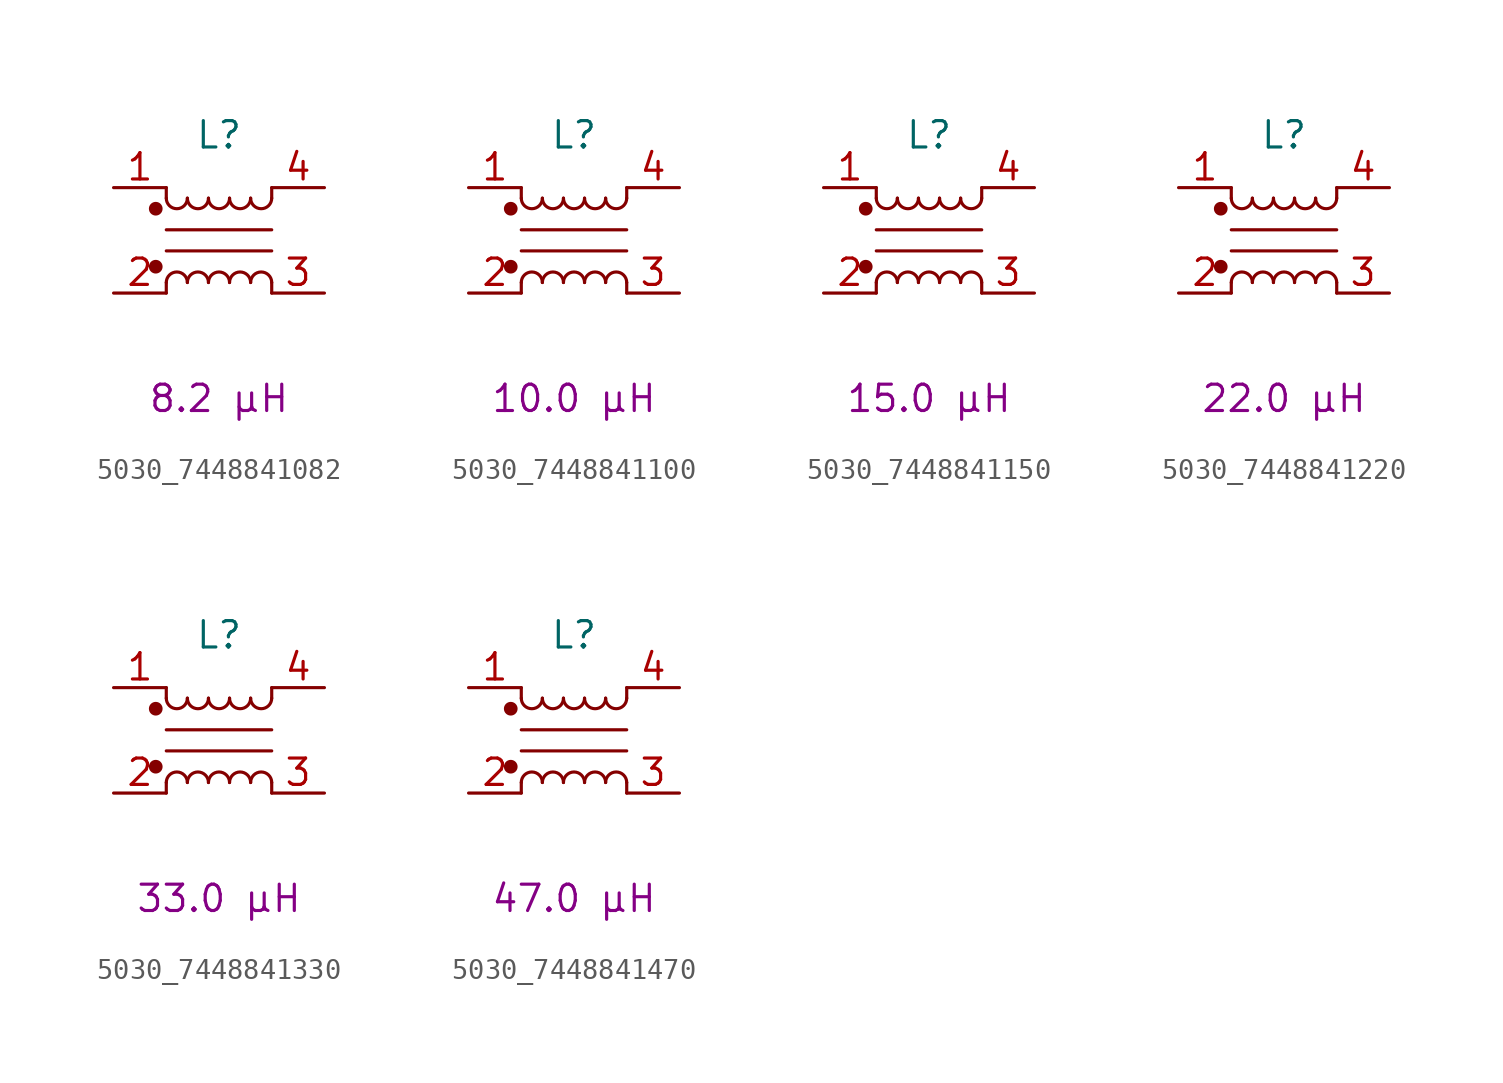
<source format=kicad_sym>
(kicad_symbol_lib
  (version 20220914)
  (generator kicad_symbol_editor)
  (symbol "5030_7448841082"
    (pin_names hide)
    (property "Reference" "L"
      (at 0 5.08 0)
      (effects (font (size 1.27 1.27))))
    (property "Critical Parameter" "8.2 µH"
      (at 0 -7.62 0)
      (effects (font (size 1.27 1.27))))
    (symbol "5030_7448841082_0_1"
      (circle (center -3.048 -1.27) (radius 0.254) (stroke (width 0) (type default)) (fill (type outline)))
      (circle (center -3.048 1.524) (radius 0.254) (stroke (width 0) (type default)) (fill (type outline)))
      (arc (start -2.54 2.032) (mid -2.032 1.5262) (end -1.524 2.032) (stroke (width 0) (type default)) (fill (type none)))
      (arc (start -1.524 -2.032) (mid -2.032 -1.5262) (end -2.54 -2.032) (stroke (width 0) (type default)) (fill (type none)))
      (arc (start -1.524 2.032) (mid -1.016 1.5262) (end -0.508 2.032) (stroke (width 0) (type default)) (fill (type none)))
      (arc (start -0.508 -2.032) (mid -1.016 -1.5262) (end -1.524 -2.032) (stroke (width 0) (type default)) (fill (type none)))
      (arc (start -0.508 2.032) (mid 0 1.5262) (end 0.508 2.032) (stroke (width 0) (type default)) (fill (type none)))
      (polyline (pts (xy -2.54 -2.032) (xy -2.54 -2.54)) (stroke (width 0) (type default)) (fill (type none)))
      (polyline (pts (xy -2.54 0.508) (xy 2.54 0.508)) (stroke (width 0) (type default)) (fill (type none)))
      (polyline (pts (xy -2.54 2.032) (xy -2.54 2.54)) (stroke (width 0) (type default)) (fill (type none)))
      (polyline (pts (xy 2.54 -2.032) (xy 2.54 -2.54)) (stroke (width 0) (type default)) (fill (type none)))
      (polyline (pts (xy 2.54 -0.508) (xy -2.54 -0.508)) (stroke (width 0) (type default)) (fill (type none)))
      (polyline (pts (xy 2.54 2.54) (xy 2.54 2.032)) (stroke (width 0) (type default)) (fill (type none)))
      (arc (start 0.508 -2.032) (mid 0 -1.5262) (end -0.508 -2.032) (stroke (width 0) (type default)) (fill (type none)))
      (arc (start 0.508 2.032) (mid 1.016 1.5262) (end 1.524 2.032) (stroke (width 0) (type default)) (fill (type none)))
      (arc (start 1.524 -2.032) (mid 1.016 -1.5262) (end 0.508 -2.032) (stroke (width 0) (type default)) (fill (type none)))
      (arc (start 1.524 2.032) (mid 2.032 1.5262) (end 2.54 2.032) (stroke (width 0) (type default)) (fill (type none)))
      (arc (start 2.54 -2.032) (mid 2.032 -1.5262) (end 1.524 -2.032) (stroke (width 0) (type default)) (fill (type none))))
    (symbol "5030_7448841082_1_1"
      (pin passive line (at -5.08 2.54 0) (length 2.54) (name "1" (effects (font (size 1.27 1.27)))) (number "1" (effects (font (size 1.27 1.27)))))
      (pin passive line (at -5.08 -2.54 0) (length 2.54) (name "2" (effects (font (size 1.27 1.27)))) (number "2" (effects (font (size 1.27 1.27)))))
      (pin passive line (at 5.08 -2.54 180) (length 2.54) (name "3" (effects (font (size 1.27 1.27)))) (number "3" (effects (font (size 1.27 1.27)))))
      (pin passive line (at 5.08 2.54 180) (length 2.54) (name "4" (effects (font (size 1.27 1.27)))) (number "4" (effects (font (size 1.27 1.27)))))))
  (symbol "5030_7448841100"
    (pin_names hide)
    (property "Reference" "L"
      (at 0 5.08 0)
      (effects (font (size 1.27 1.27))))
    (property "Critical Parameter" "10.0 µH"
      (at 0 -7.62 0)
      (effects (font (size 1.27 1.27))))
    (symbol "5030_7448841100_0_1"
      (circle (center -3.048 -1.27) (radius 0.254) (stroke (width 0) (type default)) (fill (type outline)))
      (circle (center -3.048 1.524) (radius 0.254) (stroke (width 0) (type default)) (fill (type outline)))
      (arc (start -2.54 2.032) (mid -2.032 1.5262) (end -1.524 2.032) (stroke (width 0) (type default)) (fill (type none)))
      (arc (start -1.524 -2.032) (mid -2.032 -1.5262) (end -2.54 -2.032) (stroke (width 0) (type default)) (fill (type none)))
      (arc (start -1.524 2.032) (mid -1.016 1.5262) (end -0.508 2.032) (stroke (width 0) (type default)) (fill (type none)))
      (arc (start -0.508 -2.032) (mid -1.016 -1.5262) (end -1.524 -2.032) (stroke (width 0) (type default)) (fill (type none)))
      (arc (start -0.508 2.032) (mid 0 1.5262) (end 0.508 2.032) (stroke (width 0) (type default)) (fill (type none)))
      (polyline (pts (xy -2.54 -2.032) (xy -2.54 -2.54)) (stroke (width 0) (type default)) (fill (type none)))
      (polyline (pts (xy -2.54 0.508) (xy 2.54 0.508)) (stroke (width 0) (type default)) (fill (type none)))
      (polyline (pts (xy -2.54 2.032) (xy -2.54 2.54)) (stroke (width 0) (type default)) (fill (type none)))
      (polyline (pts (xy 2.54 -2.032) (xy 2.54 -2.54)) (stroke (width 0) (type default)) (fill (type none)))
      (polyline (pts (xy 2.54 -0.508) (xy -2.54 -0.508)) (stroke (width 0) (type default)) (fill (type none)))
      (polyline (pts (xy 2.54 2.54) (xy 2.54 2.032)) (stroke (width 0) (type default)) (fill (type none)))
      (arc (start 0.508 -2.032) (mid 0 -1.5262) (end -0.508 -2.032) (stroke (width 0) (type default)) (fill (type none)))
      (arc (start 0.508 2.032) (mid 1.016 1.5262) (end 1.524 2.032) (stroke (width 0) (type default)) (fill (type none)))
      (arc (start 1.524 -2.032) (mid 1.016 -1.5262) (end 0.508 -2.032) (stroke (width 0) (type default)) (fill (type none)))
      (arc (start 1.524 2.032) (mid 2.032 1.5262) (end 2.54 2.032) (stroke (width 0) (type default)) (fill (type none)))
      (arc (start 2.54 -2.032) (mid 2.032 -1.5262) (end 1.524 -2.032) (stroke (width 0) (type default)) (fill (type none))))
    (symbol "5030_7448841100_1_1"
      (pin passive line (at -5.08 2.54 0) (length 2.54) (name "1" (effects (font (size 1.27 1.27)))) (number "1" (effects (font (size 1.27 1.27)))))
      (pin passive line (at -5.08 -2.54 0) (length 2.54) (name "2" (effects (font (size 1.27 1.27)))) (number "2" (effects (font (size 1.27 1.27)))))
      (pin passive line (at 5.08 -2.54 180) (length 2.54) (name "3" (effects (font (size 1.27 1.27)))) (number "3" (effects (font (size 1.27 1.27)))))
      (pin passive line (at 5.08 2.54 180) (length 2.54) (name "4" (effects (font (size 1.27 1.27)))) (number "4" (effects (font (size 1.27 1.27)))))))
  (symbol "5030_7448841150"
    (pin_names hide)
    (property "Reference" "L"
      (at 0 5.08 0)
      (effects (font (size 1.27 1.27))))
    (property "Critical Parameter" "15.0 µH"
      (at 0 -7.62 0)
      (effects (font (size 1.27 1.27))))
    (symbol "5030_7448841150_0_1"
      (circle (center -3.048 -1.27) (radius 0.254) (stroke (width 0) (type default)) (fill (type outline)))
      (circle (center -3.048 1.524) (radius 0.254) (stroke (width 0) (type default)) (fill (type outline)))
      (arc (start -2.54 2.032) (mid -2.032 1.5262) (end -1.524 2.032) (stroke (width 0) (type default)) (fill (type none)))
      (arc (start -1.524 -2.032) (mid -2.032 -1.5262) (end -2.54 -2.032) (stroke (width 0) (type default)) (fill (type none)))
      (arc (start -1.524 2.032) (mid -1.016 1.5262) (end -0.508 2.032) (stroke (width 0) (type default)) (fill (type none)))
      (arc (start -0.508 -2.032) (mid -1.016 -1.5262) (end -1.524 -2.032) (stroke (width 0) (type default)) (fill (type none)))
      (arc (start -0.508 2.032) (mid 0 1.5262) (end 0.508 2.032) (stroke (width 0) (type default)) (fill (type none)))
      (polyline (pts (xy -2.54 -2.032) (xy -2.54 -2.54)) (stroke (width 0) (type default)) (fill (type none)))
      (polyline (pts (xy -2.54 0.508) (xy 2.54 0.508)) (stroke (width 0) (type default)) (fill (type none)))
      (polyline (pts (xy -2.54 2.032) (xy -2.54 2.54)) (stroke (width 0) (type default)) (fill (type none)))
      (polyline (pts (xy 2.54 -2.032) (xy 2.54 -2.54)) (stroke (width 0) (type default)) (fill (type none)))
      (polyline (pts (xy 2.54 -0.508) (xy -2.54 -0.508)) (stroke (width 0) (type default)) (fill (type none)))
      (polyline (pts (xy 2.54 2.54) (xy 2.54 2.032)) (stroke (width 0) (type default)) (fill (type none)))
      (arc (start 0.508 -2.032) (mid 0 -1.5262) (end -0.508 -2.032) (stroke (width 0) (type default)) (fill (type none)))
      (arc (start 0.508 2.032) (mid 1.016 1.5262) (end 1.524 2.032) (stroke (width 0) (type default)) (fill (type none)))
      (arc (start 1.524 -2.032) (mid 1.016 -1.5262) (end 0.508 -2.032) (stroke (width 0) (type default)) (fill (type none)))
      (arc (start 1.524 2.032) (mid 2.032 1.5262) (end 2.54 2.032) (stroke (width 0) (type default)) (fill (type none)))
      (arc (start 2.54 -2.032) (mid 2.032 -1.5262) (end 1.524 -2.032) (stroke (width 0) (type default)) (fill (type none))))
    (symbol "5030_7448841150_1_1"
      (pin passive line (at -5.08 2.54 0) (length 2.54) (name "1" (effects (font (size 1.27 1.27)))) (number "1" (effects (font (size 1.27 1.27)))))
      (pin passive line (at -5.08 -2.54 0) (length 2.54) (name "2" (effects (font (size 1.27 1.27)))) (number "2" (effects (font (size 1.27 1.27)))))
      (pin passive line (at 5.08 -2.54 180) (length 2.54) (name "3" (effects (font (size 1.27 1.27)))) (number "3" (effects (font (size 1.27 1.27)))))
      (pin passive line (at 5.08 2.54 180) (length 2.54) (name "4" (effects (font (size 1.27 1.27)))) (number "4" (effects (font (size 1.27 1.27)))))))
  (symbol "5030_7448841220"
    (pin_names hide)
    (property "Reference" "L"
      (at 0 5.08 0)
      (effects (font (size 1.27 1.27))))
    (property "Critical Parameter" "22.0 µH"
      (at 0 -7.62 0)
      (effects (font (size 1.27 1.27))))
    (symbol "5030_7448841220_0_1"
      (circle (center -3.048 -1.27) (radius 0.254) (stroke (width 0) (type default)) (fill (type outline)))
      (circle (center -3.048 1.524) (radius 0.254) (stroke (width 0) (type default)) (fill (type outline)))
      (arc (start -2.54 2.032) (mid -2.032 1.5262) (end -1.524 2.032) (stroke (width 0) (type default)) (fill (type none)))
      (arc (start -1.524 -2.032) (mid -2.032 -1.5262) (end -2.54 -2.032) (stroke (width 0) (type default)) (fill (type none)))
      (arc (start -1.524 2.032) (mid -1.016 1.5262) (end -0.508 2.032) (stroke (width 0) (type default)) (fill (type none)))
      (arc (start -0.508 -2.032) (mid -1.016 -1.5262) (end -1.524 -2.032) (stroke (width 0) (type default)) (fill (type none)))
      (arc (start -0.508 2.032) (mid 0 1.5262) (end 0.508 2.032) (stroke (width 0) (type default)) (fill (type none)))
      (polyline (pts (xy -2.54 -2.032) (xy -2.54 -2.54)) (stroke (width 0) (type default)) (fill (type none)))
      (polyline (pts (xy -2.54 0.508) (xy 2.54 0.508)) (stroke (width 0) (type default)) (fill (type none)))
      (polyline (pts (xy -2.54 2.032) (xy -2.54 2.54)) (stroke (width 0) (type default)) (fill (type none)))
      (polyline (pts (xy 2.54 -2.032) (xy 2.54 -2.54)) (stroke (width 0) (type default)) (fill (type none)))
      (polyline (pts (xy 2.54 -0.508) (xy -2.54 -0.508)) (stroke (width 0) (type default)) (fill (type none)))
      (polyline (pts (xy 2.54 2.54) (xy 2.54 2.032)) (stroke (width 0) (type default)) (fill (type none)))
      (arc (start 0.508 -2.032) (mid 0 -1.5262) (end -0.508 -2.032) (stroke (width 0) (type default)) (fill (type none)))
      (arc (start 0.508 2.032) (mid 1.016 1.5262) (end 1.524 2.032) (stroke (width 0) (type default)) (fill (type none)))
      (arc (start 1.524 -2.032) (mid 1.016 -1.5262) (end 0.508 -2.032) (stroke (width 0) (type default)) (fill (type none)))
      (arc (start 1.524 2.032) (mid 2.032 1.5262) (end 2.54 2.032) (stroke (width 0) (type default)) (fill (type none)))
      (arc (start 2.54 -2.032) (mid 2.032 -1.5262) (end 1.524 -2.032) (stroke (width 0) (type default)) (fill (type none))))
    (symbol "5030_7448841220_1_1"
      (pin passive line (at -5.08 2.54 0) (length 2.54) (name "1" (effects (font (size 1.27 1.27)))) (number "1" (effects (font (size 1.27 1.27)))))
      (pin passive line (at -5.08 -2.54 0) (length 2.54) (name "2" (effects (font (size 1.27 1.27)))) (number "2" (effects (font (size 1.27 1.27)))))
      (pin passive line (at 5.08 -2.54 180) (length 2.54) (name "3" (effects (font (size 1.27 1.27)))) (number "3" (effects (font (size 1.27 1.27)))))
      (pin passive line (at 5.08 2.54 180) (length 2.54) (name "4" (effects (font (size 1.27 1.27)))) (number "4" (effects (font (size 1.27 1.27)))))))
  (symbol "5030_7448841330"
    (pin_names hide)
    (property "Reference" "L"
      (at 0 5.08 0)
      (effects (font (size 1.27 1.27))))
    (property "Critical Parameter" "33.0 µH"
      (at 0 -7.62 0)
      (effects (font (size 1.27 1.27))))
    (symbol "5030_7448841330_0_1"
      (circle (center -3.048 -1.27) (radius 0.254) (stroke (width 0) (type default)) (fill (type outline)))
      (circle (center -3.048 1.524) (radius 0.254) (stroke (width 0) (type default)) (fill (type outline)))
      (arc (start -2.54 2.032) (mid -2.032 1.5262) (end -1.524 2.032) (stroke (width 0) (type default)) (fill (type none)))
      (arc (start -1.524 -2.032) (mid -2.032 -1.5262) (end -2.54 -2.032) (stroke (width 0) (type default)) (fill (type none)))
      (arc (start -1.524 2.032) (mid -1.016 1.5262) (end -0.508 2.032) (stroke (width 0) (type default)) (fill (type none)))
      (arc (start -0.508 -2.032) (mid -1.016 -1.5262) (end -1.524 -2.032) (stroke (width 0) (type default)) (fill (type none)))
      (arc (start -0.508 2.032) (mid 0 1.5262) (end 0.508 2.032) (stroke (width 0) (type default)) (fill (type none)))
      (polyline (pts (xy -2.54 -2.032) (xy -2.54 -2.54)) (stroke (width 0) (type default)) (fill (type none)))
      (polyline (pts (xy -2.54 0.508) (xy 2.54 0.508)) (stroke (width 0) (type default)) (fill (type none)))
      (polyline (pts (xy -2.54 2.032) (xy -2.54 2.54)) (stroke (width 0) (type default)) (fill (type none)))
      (polyline (pts (xy 2.54 -2.032) (xy 2.54 -2.54)) (stroke (width 0) (type default)) (fill (type none)))
      (polyline (pts (xy 2.54 -0.508) (xy -2.54 -0.508)) (stroke (width 0) (type default)) (fill (type none)))
      (polyline (pts (xy 2.54 2.54) (xy 2.54 2.032)) (stroke (width 0) (type default)) (fill (type none)))
      (arc (start 0.508 -2.032) (mid 0 -1.5262) (end -0.508 -2.032) (stroke (width 0) (type default)) (fill (type none)))
      (arc (start 0.508 2.032) (mid 1.016 1.5262) (end 1.524 2.032) (stroke (width 0) (type default)) (fill (type none)))
      (arc (start 1.524 -2.032) (mid 1.016 -1.5262) (end 0.508 -2.032) (stroke (width 0) (type default)) (fill (type none)))
      (arc (start 1.524 2.032) (mid 2.032 1.5262) (end 2.54 2.032) (stroke (width 0) (type default)) (fill (type none)))
      (arc (start 2.54 -2.032) (mid 2.032 -1.5262) (end 1.524 -2.032) (stroke (width 0) (type default)) (fill (type none))))
    (symbol "5030_7448841330_1_1"
      (pin passive line (at -5.08 2.54 0) (length 2.54) (name "1" (effects (font (size 1.27 1.27)))) (number "1" (effects (font (size 1.27 1.27)))))
      (pin passive line (at -5.08 -2.54 0) (length 2.54) (name "2" (effects (font (size 1.27 1.27)))) (number "2" (effects (font (size 1.27 1.27)))))
      (pin passive line (at 5.08 -2.54 180) (length 2.54) (name "3" (effects (font (size 1.27 1.27)))) (number "3" (effects (font (size 1.27 1.27)))))
      (pin passive line (at 5.08 2.54 180) (length 2.54) (name "4" (effects (font (size 1.27 1.27)))) (number "4" (effects (font (size 1.27 1.27)))))))
  (symbol "5030_7448841470"
    (pin_names hide)
    (property "Reference" "L"
      (at 0 5.08 0)
      (effects (font (size 1.27 1.27))))
    (property "Critical Parameter" "47.0 µH"
      (at 0 -7.62 0)
      (effects (font (size 1.27 1.27))))
    (symbol "5030_7448841470_0_1"
      (circle (center -3.048 -1.27) (radius 0.254) (stroke (width 0) (type default)) (fill (type outline)))
      (circle (center -3.048 1.524) (radius 0.254) (stroke (width 0) (type default)) (fill (type outline)))
      (arc (start -2.54 2.032) (mid -2.032 1.5262) (end -1.524 2.032) (stroke (width 0) (type default)) (fill (type none)))
      (arc (start -1.524 -2.032) (mid -2.032 -1.5262) (end -2.54 -2.032) (stroke (width 0) (type default)) (fill (type none)))
      (arc (start -1.524 2.032) (mid -1.016 1.5262) (end -0.508 2.032) (stroke (width 0) (type default)) (fill (type none)))
      (arc (start -0.508 -2.032) (mid -1.016 -1.5262) (end -1.524 -2.032) (stroke (width 0) (type default)) (fill (type none)))
      (arc (start -0.508 2.032) (mid 0 1.5262) (end 0.508 2.032) (stroke (width 0) (type default)) (fill (type none)))
      (polyline (pts (xy -2.54 -2.032) (xy -2.54 -2.54)) (stroke (width 0) (type default)) (fill (type none)))
      (polyline (pts (xy -2.54 0.508) (xy 2.54 0.508)) (stroke (width 0) (type default)) (fill (type none)))
      (polyline (pts (xy -2.54 2.032) (xy -2.54 2.54)) (stroke (width 0) (type default)) (fill (type none)))
      (polyline (pts (xy 2.54 -2.032) (xy 2.54 -2.54)) (stroke (width 0) (type default)) (fill (type none)))
      (polyline (pts (xy 2.54 -0.508) (xy -2.54 -0.508)) (stroke (width 0) (type default)) (fill (type none)))
      (polyline (pts (xy 2.54 2.54) (xy 2.54 2.032)) (stroke (width 0) (type default)) (fill (type none)))
      (arc (start 0.508 -2.032) (mid 0 -1.5262) (end -0.508 -2.032) (stroke (width 0) (type default)) (fill (type none)))
      (arc (start 0.508 2.032) (mid 1.016 1.5262) (end 1.524 2.032) (stroke (width 0) (type default)) (fill (type none)))
      (arc (start 1.524 -2.032) (mid 1.016 -1.5262) (end 0.508 -2.032) (stroke (width 0) (type default)) (fill (type none)))
      (arc (start 1.524 2.032) (mid 2.032 1.5262) (end 2.54 2.032) (stroke (width 0) (type default)) (fill (type none)))
      (arc (start 2.54 -2.032) (mid 2.032 -1.5262) (end 1.524 -2.032) (stroke (width 0) (type default)) (fill (type none))))
    (symbol "5030_7448841470_1_1"
      (pin passive line (at -5.08 2.54 0) (length 2.54) (name "1" (effects (font (size 1.27 1.27)))) (number "1" (effects (font (size 1.27 1.27)))))
      (pin passive line (at -5.08 -2.54 0) (length 2.54) (name "2" (effects (font (size 1.27 1.27)))) (number "2" (effects (font (size 1.27 1.27)))))
      (pin passive line (at 5.08 -2.54 180) (length 2.54) (name "3" (effects (font (size 1.27 1.27)))) (number "3" (effects (font (size 1.27 1.27)))))
      (pin passive line (at 5.08 2.54 180) (length 2.54) (name "4" (effects (font (size 1.27 1.27)))) (number "4" (effects (font (size 1.27 1.27))))))))
</source>
